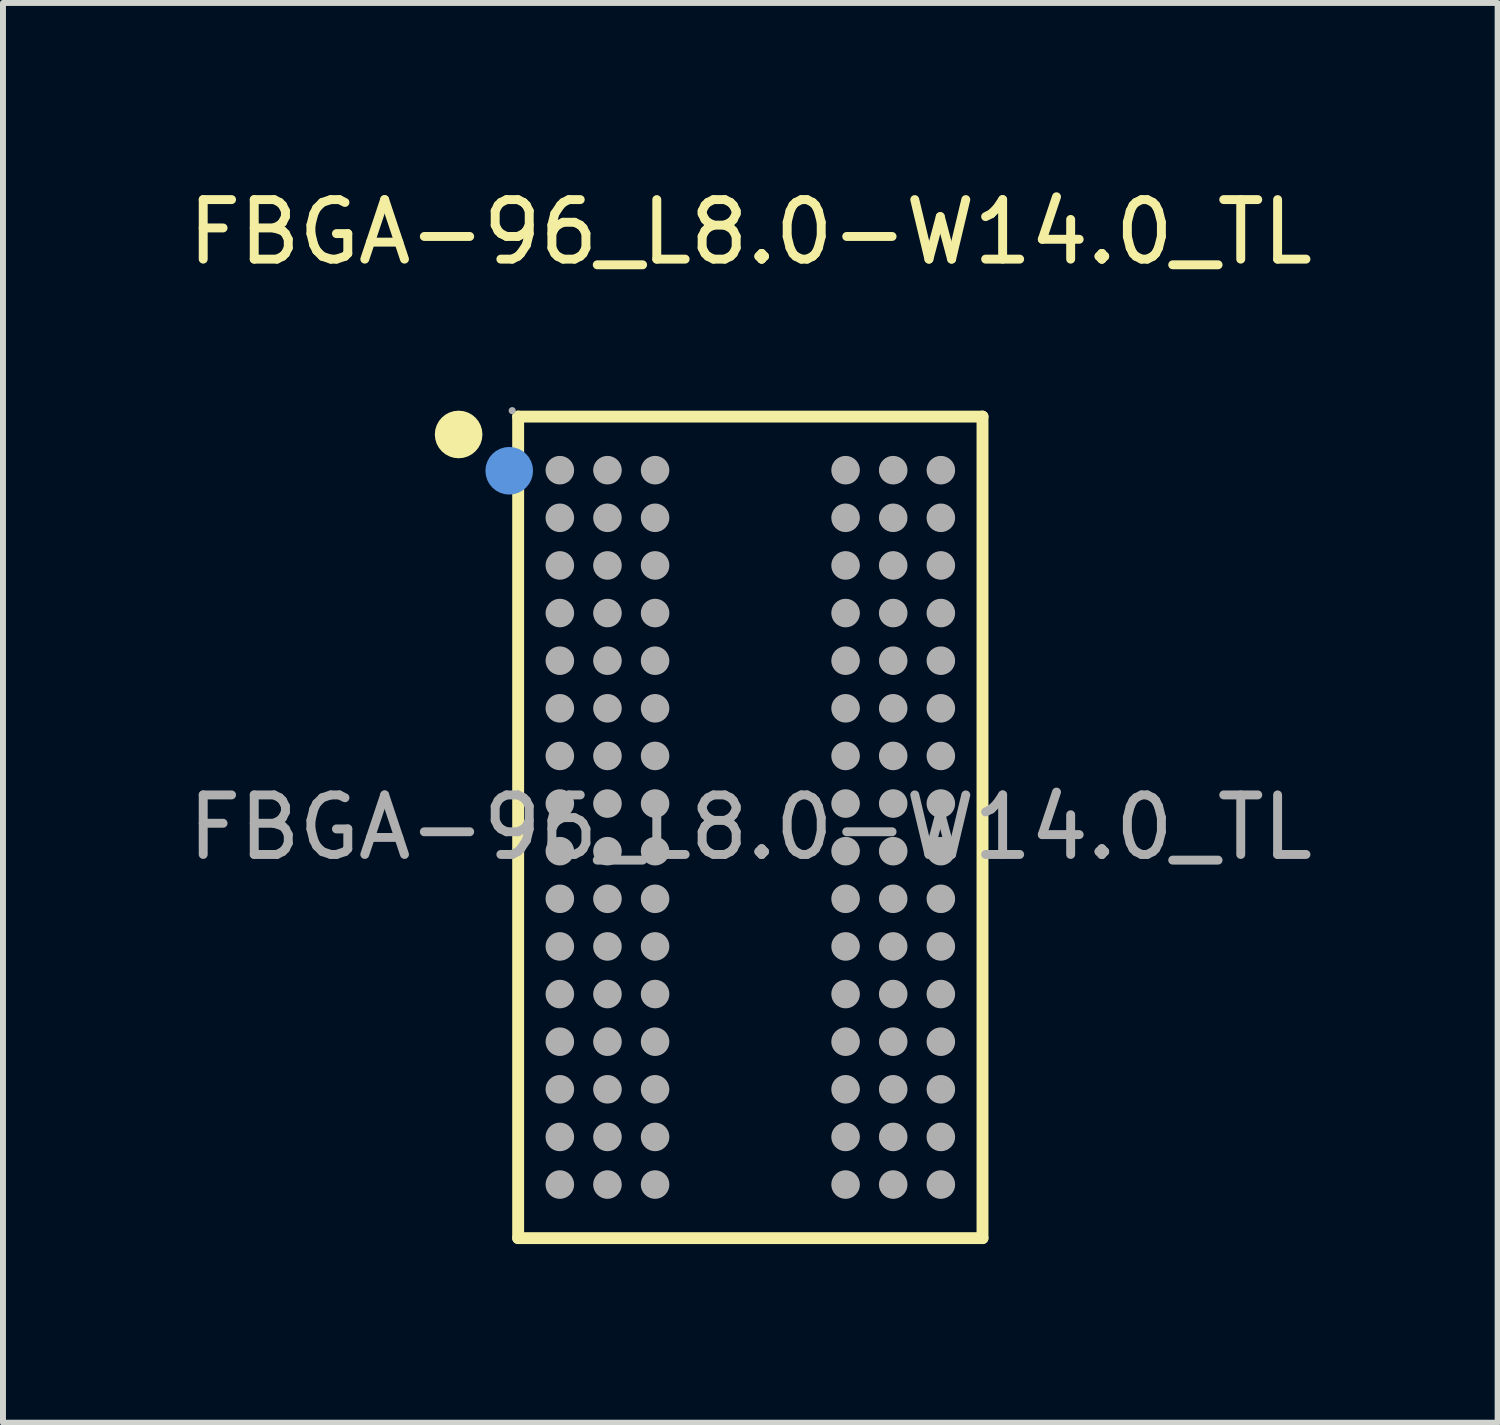
<source format=kicad_pcb>
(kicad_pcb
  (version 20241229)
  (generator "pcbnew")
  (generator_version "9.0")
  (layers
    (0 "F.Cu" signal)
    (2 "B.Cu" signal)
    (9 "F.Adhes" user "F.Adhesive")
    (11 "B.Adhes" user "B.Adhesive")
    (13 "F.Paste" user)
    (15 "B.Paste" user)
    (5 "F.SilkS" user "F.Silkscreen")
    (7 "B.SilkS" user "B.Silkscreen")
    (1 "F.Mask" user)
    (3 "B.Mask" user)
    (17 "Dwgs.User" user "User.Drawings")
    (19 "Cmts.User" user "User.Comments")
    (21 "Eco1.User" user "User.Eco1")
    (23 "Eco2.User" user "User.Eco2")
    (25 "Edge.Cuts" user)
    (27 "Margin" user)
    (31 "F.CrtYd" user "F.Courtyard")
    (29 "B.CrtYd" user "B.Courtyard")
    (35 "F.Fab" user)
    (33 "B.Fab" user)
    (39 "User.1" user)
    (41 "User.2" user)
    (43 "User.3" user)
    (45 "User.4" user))
  (footprint "FBGA-96_L8.0-W14.0_TL"
    (layer "F.Cu")
    (at 9.554 10.848)
    (property "Reference" "FBGA-96_L8.0-W14.0_TL" (at 0 -10 0) (layer "F.SilkS") (effects (font (size 1 1) (thickness 0.15))))
    (attr through_hole)
    (fp_line (start -3.9 -6.9) (end -3.9 6.9) (stroke (width 0.2) (type solid)) (layer "F.SilkS"))
    (fp_line (start -3.9 6.9) (end 3.9 6.9) (stroke (width 0.2) (type solid)) (layer "F.SilkS"))
    (fp_line (start 3.9 -6.9) (end -3.9 -6.9) (stroke (width 0.2) (type solid)) (layer "F.SilkS"))
    (fp_line (start 3.9 6.9) (end 3.9 -6.9) (stroke (width 0.2) (type solid)) (layer "F.SilkS"))
    (fp_arc (start -4.9 -6.6) (mid -4.9 -6.6) (end -4.9 -6.6) (stroke (width 0.4) (type solid)) (layer "F.SilkS"))
    (fp_circle (center -4.05 -5.99) (end -3.85 -5.99) (stroke (width 0.4) (type solid)) (fill no) (layer "Cmts.User"))
    (fp_circle (center -4 -7) (end -3.97 -7) (stroke (width 0.06) (type solid)) (fill no) (layer "F.Fab"))
    (fp_circle (center -3.2 -6) (end -3.08 -6) (stroke (width 0.24) (type solid)) (fill no) (layer "F.Fab"))
    (fp_circle (center -3.2 -5.2) (end -3.08 -5.2) (stroke (width 0.24) (type solid)) (fill no) (layer "F.Fab"))
    (fp_circle (center -3.2 -4.4) (end -3.08 -4.4) (stroke (width 0.24) (type solid)) (fill no) (layer "F.Fab"))
    (fp_circle (center -3.2 -3.6) (end -3.08 -3.6) (stroke (width 0.24) (type solid)) (fill no) (layer "F.Fab"))
    (fp_circle (center -3.2 -2.8) (end -3.08 -2.8) (stroke (width 0.24) (type solid)) (fill no) (layer "F.Fab"))
    (fp_circle (center -3.2 -2) (end -3.08 -2) (stroke (width 0.24) (type solid)) (fill no) (layer "F.Fab"))
    (fp_circle (center -3.2 -1.2) (end -3.08 -1.2) (stroke (width 0.24) (type solid)) (fill no) (layer "F.Fab"))
    (fp_circle (center -3.2 -0.4) (end -3.08 -0.4) (stroke (width 0.24) (type solid)) (fill no) (layer "F.Fab"))
    (fp_circle (center -3.2 0.4) (end -3.08 0.4) (stroke (width 0.24) (type solid)) (fill no) (layer "F.Fab"))
    (fp_circle (center -3.2 1.2) (end -3.08 1.2) (stroke (width 0.24) (type solid)) (fill no) (layer "F.Fab"))
    (fp_circle (center -3.2 2) (end -3.08 2) (stroke (width 0.24) (type solid)) (fill no) (layer "F.Fab"))
    (fp_circle (center -3.2 2.8) (end -3.08 2.8) (stroke (width 0.24) (type solid)) (fill no) (layer "F.Fab"))
    (fp_circle (center -3.2 3.6) (end -3.08 3.6) (stroke (width 0.24) (type solid)) (fill no) (layer "F.Fab"))
    (fp_circle (center -3.2 4.4) (end -3.08 4.4) (stroke (width 0.24) (type solid)) (fill no) (layer "F.Fab"))
    (fp_circle (center -3.2 5.2) (end -3.08 5.2) (stroke (width 0.24) (type solid)) (fill no) (layer "F.Fab"))
    (fp_circle (center -3.2 6) (end -3.08 6) (stroke (width 0.24) (type solid)) (fill no) (layer "F.Fab"))
    (fp_circle (center -2.4 -6) (end -2.28 -6) (stroke (width 0.24) (type solid)) (fill no) (layer "F.Fab"))
    (fp_circle (center -2.4 -5.2) (end -2.28 -5.2) (stroke (width 0.24) (type solid)) (fill no) (layer "F.Fab"))
    (fp_circle (center -2.4 -4.4) (end -2.28 -4.4) (stroke (width 0.24) (type solid)) (fill no) (layer "F.Fab"))
    (fp_circle (center -2.4 -3.6) (end -2.28 -3.6) (stroke (width 0.24) (type solid)) (fill no) (layer "F.Fab"))
    (fp_circle (center -2.4 -2.8) (end -2.28 -2.8) (stroke (width 0.24) (type solid)) (fill no) (layer "F.Fab"))
    (fp_circle (center -2.4 -2) (end -2.28 -2) (stroke (width 0.24) (type solid)) (fill no) (layer "F.Fab"))
    (fp_circle (center -2.4 -1.2) (end -2.28 -1.2) (stroke (width 0.24) (type solid)) (fill no) (layer "F.Fab"))
    (fp_circle (center -2.4 -0.4) (end -2.28 -0.4) (stroke (width 0.24) (type solid)) (fill no) (layer "F.Fab"))
    (fp_circle (center -2.4 0.4) (end -2.28 0.4) (stroke (width 0.24) (type solid)) (fill no) (layer "F.Fab"))
    (fp_circle (center -2.4 1.2) (end -2.28 1.2) (stroke (width 0.24) (type solid)) (fill no) (layer "F.Fab"))
    (fp_circle (center -2.4 2) (end -2.28 2) (stroke (width 0.24) (type solid)) (fill no) (layer "F.Fab"))
    (fp_circle (center -2.4 2.8) (end -2.28 2.8) (stroke (width 0.24) (type solid)) (fill no) (layer "F.Fab"))
    (fp_circle (center -2.4 3.6) (end -2.28 3.6) (stroke (width 0.24) (type solid)) (fill no) (layer "F.Fab"))
    (fp_circle (center -2.4 4.4) (end -2.28 4.4) (stroke (width 0.24) (type solid)) (fill no) (layer "F.Fab"))
    (fp_circle (center -2.4 5.2) (end -2.28 5.2) (stroke (width 0.24) (type solid)) (fill no) (layer "F.Fab"))
    (fp_circle (center -2.4 6) (end -2.28 6) (stroke (width 0.24) (type solid)) (fill no) (layer "F.Fab"))
    (fp_circle (center -1.6 -6) (end -1.48 -6) (stroke (width 0.24) (type solid)) (fill no) (layer "F.Fab"))
    (fp_circle (center -1.6 -5.2) (end -1.48 -5.2) (stroke (width 0.24) (type solid)) (fill no) (layer "F.Fab"))
    (fp_circle (center -1.6 -4.4) (end -1.48 -4.4) (stroke (width 0.24) (type solid)) (fill no) (layer "F.Fab"))
    (fp_circle (center -1.6 -3.6) (end -1.48 -3.6) (stroke (width 0.24) (type solid)) (fill no) (layer "F.Fab"))
    (fp_circle (center -1.6 -2.8) (end -1.48 -2.8) (stroke (width 0.24) (type solid)) (fill no) (layer "F.Fab"))
    (fp_circle (center -1.6 -2) (end -1.48 -2) (stroke (width 0.24) (type solid)) (fill no) (layer "F.Fab"))
    (fp_circle (center -1.6 -1.2) (end -1.48 -1.2) (stroke (width 0.24) (type solid)) (fill no) (layer "F.Fab"))
    (fp_circle (center -1.6 -0.4) (end -1.48 -0.4) (stroke (width 0.24) (type solid)) (fill no) (layer "F.Fab"))
    (fp_circle (center -1.6 0.4) (end -1.48 0.4) (stroke (width 0.24) (type solid)) (fill no) (layer "F.Fab"))
    (fp_circle (center -1.6 1.2) (end -1.48 1.2) (stroke (width 0.24) (type solid)) (fill no) (layer "F.Fab"))
    (fp_circle (center -1.6 2) (end -1.48 2) (stroke (width 0.24) (type solid)) (fill no) (layer "F.Fab"))
    (fp_circle (center -1.6 2.8) (end -1.48 2.8) (stroke (width 0.24) (type solid)) (fill no) (layer "F.Fab"))
    (fp_circle (center -1.6 3.6) (end -1.48 3.6) (stroke (width 0.24) (type solid)) (fill no) (layer "F.Fab"))
    (fp_circle (center -1.6 4.4) (end -1.48 4.4) (stroke (width 0.24) (type solid)) (fill no) (layer "F.Fab"))
    (fp_circle (center -1.6 5.2) (end -1.48 5.2) (stroke (width 0.24) (type solid)) (fill no) (layer "F.Fab"))
    (fp_circle (center -1.6 6) (end -1.48 6) (stroke (width 0.24) (type solid)) (fill no) (layer "F.Fab"))
    (fp_circle (center 1.6 -6) (end 1.72 -6) (stroke (width 0.24) (type solid)) (fill no) (layer "F.Fab"))
    (fp_circle (center 1.6 -5.2) (end 1.72 -5.2) (stroke (width 0.24) (type solid)) (fill no) (layer "F.Fab"))
    (fp_circle (center 1.6 -4.4) (end 1.72 -4.4) (stroke (width 0.24) (type solid)) (fill no) (layer "F.Fab"))
    (fp_circle (center 1.6 -3.6) (end 1.72 -3.6) (stroke (width 0.24) (type solid)) (fill no) (layer "F.Fab"))
    (fp_circle (center 1.6 -2.8) (end 1.72 -2.8) (stroke (width 0.24) (type solid)) (fill no) (layer "F.Fab"))
    (fp_circle (center 1.6 -2) (end 1.72 -2) (stroke (width 0.24) (type solid)) (fill no) (layer "F.Fab"))
    (fp_circle (center 1.6 -1.2) (end 1.72 -1.2) (stroke (width 0.24) (type solid)) (fill no) (layer "F.Fab"))
    (fp_circle (center 1.6 -0.4) (end 1.72 -0.4) (stroke (width 0.24) (type solid)) (fill no) (layer "F.Fab"))
    (fp_circle (center 1.6 0.4) (end 1.72 0.4) (stroke (width 0.24) (type solid)) (fill no) (layer "F.Fab"))
    (fp_circle (center 1.6 1.2) (end 1.72 1.2) (stroke (width 0.24) (type solid)) (fill no) (layer "F.Fab"))
    (fp_circle (center 1.6 2) (end 1.72 2) (stroke (width 0.24) (type solid)) (fill no) (layer "F.Fab"))
    (fp_circle (center 1.6 2.8) (end 1.72 2.8) (stroke (width 0.24) (type solid)) (fill no) (layer "F.Fab"))
    (fp_circle (center 1.6 3.6) (end 1.72 3.6) (stroke (width 0.24) (type solid)) (fill no) (layer "F.Fab"))
    (fp_circle (center 1.6 4.4) (end 1.72 4.4) (stroke (width 0.24) (type solid)) (fill no) (layer "F.Fab"))
    (fp_circle (center 1.6 5.2) (end 1.72 5.2) (stroke (width 0.24) (type solid)) (fill no) (layer "F.Fab"))
    (fp_circle (center 1.6 6) (end 1.72 6) (stroke (width 0.24) (type solid)) (fill no) (layer "F.Fab"))
    (fp_circle (center 2.4 -6) (end 2.52 -6) (stroke (width 0.24) (type solid)) (fill no) (layer "F.Fab"))
    (fp_circle (center 2.4 -5.2) (end 2.52 -5.2) (stroke (width 0.24) (type solid)) (fill no) (layer "F.Fab"))
    (fp_circle (center 2.4 -4.4) (end 2.52 -4.4) (stroke (width 0.24) (type solid)) (fill no) (layer "F.Fab"))
    (fp_circle (center 2.4 -3.6) (end 2.52 -3.6) (stroke (width 0.24) (type solid)) (fill no) (layer "F.Fab"))
    (fp_circle (center 2.4 -2.8) (end 2.52 -2.8) (stroke (width 0.24) (type solid)) (fill no) (layer "F.Fab"))
    (fp_circle (center 2.4 -2) (end 2.52 -2) (stroke (width 0.24) (type solid)) (fill no) (layer "F.Fab"))
    (fp_circle (center 2.4 -1.2) (end 2.52 -1.2) (stroke (width 0.24) (type solid)) (fill no) (layer "F.Fab"))
    (fp_circle (center 2.4 -0.4) (end 2.52 -0.4) (stroke (width 0.24) (type solid)) (fill no) (layer "F.Fab"))
    (fp_circle (center 2.4 0.4) (end 2.52 0.4) (stroke (width 0.24) (type solid)) (fill no) (layer "F.Fab"))
    (fp_circle (center 2.4 1.2) (end 2.52 1.2) (stroke (width 0.24) (type solid)) (fill no) (layer "F.Fab"))
    (fp_circle (center 2.4 2) (end 2.52 2) (stroke (width 0.24) (type solid)) (fill no) (layer "F.Fab"))
    (fp_circle (center 2.4 2.8) (end 2.52 2.8) (stroke (width 0.24) (type solid)) (fill no) (layer "F.Fab"))
    (fp_circle (center 2.4 3.6) (end 2.52 3.6) (stroke (width 0.24) (type solid)) (fill no) (layer "F.Fab"))
    (fp_circle (center 2.4 4.4) (end 2.52 4.4) (stroke (width 0.24) (type solid)) (fill no) (layer "F.Fab"))
    (fp_circle (center 2.4 5.2) (end 2.52 5.2) (stroke (width 0.24) (type solid)) (fill no) (layer "F.Fab"))
    (fp_circle (center 2.4 6) (end 2.52 6) (stroke (width 0.24) (type solid)) (fill no) (layer "F.Fab"))
    (fp_circle (center 3.2 -6) (end 3.32 -6) (stroke (width 0.24) (type solid)) (fill no) (layer "F.Fab"))
    (fp_circle (center 3.2 -5.2) (end 3.32 -5.2) (stroke (width 0.24) (type solid)) (fill no) (layer "F.Fab"))
    (fp_circle (center 3.2 -4.4) (end 3.32 -4.4) (stroke (width 0.24) (type solid)) (fill no) (layer "F.Fab"))
    (fp_circle (center 3.2 -3.6) (end 3.32 -3.6) (stroke (width 0.24) (type solid)) (fill no) (layer "F.Fab"))
    (fp_circle (center 3.2 -2.8) (end 3.32 -2.8) (stroke (width 0.24) (type solid)) (fill no) (layer "F.Fab"))
    (fp_circle (center 3.2 -2) (end 3.32 -2) (stroke (width 0.24) (type solid)) (fill no) (layer "F.Fab"))
    (fp_circle (center 3.2 -1.2) (end 3.32 -1.2) (stroke (width 0.24) (type solid)) (fill no) (layer "F.Fab"))
    (fp_circle (center 3.2 -0.4) (end 3.32 -0.4) (stroke (width 0.24) (type solid)) (fill no) (layer "F.Fab"))
    (fp_circle (center 3.2 0.4) (end 3.32 0.4) (stroke (width 0.24) (type solid)) (fill no) (layer "F.Fab"))
    (fp_circle (center 3.2 1.2) (end 3.32 1.2) (stroke (width 0.24) (type solid)) (fill no) (layer "F.Fab"))
    (fp_circle (center 3.2 2) (end 3.32 2) (stroke (width 0.24) (type solid)) (fill no) (layer "F.Fab"))
    (fp_circle (center 3.2 2.8) (end 3.32 2.8) (stroke (width 0.24) (type solid)) (fill no) (layer "F.Fab"))
    (fp_circle (center 3.2 3.6) (end 3.32 3.6) (stroke (width 0.24) (type solid)) (fill no) (layer "F.Fab"))
    (fp_circle (center 3.2 4.4) (end 3.32 4.4) (stroke (width 0.24) (type solid)) (fill no) (layer "F.Fab"))
    (fp_circle (center 3.2 5.2) (end 3.32 5.2) (stroke (width 0.24) (type solid)) (fill no) (layer "F.Fab"))
    (fp_circle (center 3.2 6) (end 3.32 6) (stroke (width 0.24) (type solid)) (fill no) (layer "F.Fab"))
    (fp_text user "${REFERENCE}" (at 0 0 0) (layer "F.Fab") (effects (font (size 1 1) (thickness 0.15))))
    (pad "A1" smd circle (at -3.2 -6) (size 0.46 0.46) (layers "F.Cu" "F.Mask" "F.Paste"))
    (pad "A2" smd circle (at -2.4 -6) (size 0.46 0.46) (layers "F.Cu" "F.Mask" "F.Paste"))
    (pad "A3" smd circle (at -1.6 -6) (size 0.46 0.46) (layers "F.Cu" "F.Mask" "F.Paste"))
    (pad "A7" smd circle (at 1.6 -6) (size 0.46 0.46) (layers "F.Cu" "F.Mask" "F.Paste"))
    (pad "A8" smd circle (at 2.4 -6) (size 0.46 0.46) (layers "F.Cu" "F.Mask" "F.Paste"))
    (pad "A9" smd circle (at 3.2 -6) (size 0.46 0.46) (layers "F.Cu" "F.Mask" "F.Paste"))
    (pad "B1" smd circle (at -3.2 -5.2) (size 0.46 0.46) (layers "F.Cu" "F.Mask" "F.Paste"))
    (pad "B2" smd circle (at -2.4 -5.2) (size 0.46 0.46) (layers "F.Cu" "F.Mask" "F.Paste"))
    (pad "B3" smd circle (at -1.6 -5.2) (size 0.46 0.46) (layers "F.Cu" "F.Mask" "F.Paste"))
    (pad "B7" smd circle (at 1.6 -5.2) (size 0.46 0.46) (layers "F.Cu" "F.Mask" "F.Paste"))
    (pad "B8" smd circle (at 2.4 -5.2) (size 0.46 0.46) (layers "F.Cu" "F.Mask" "F.Paste"))
    (pad "B9" smd circle (at 3.2 -5.2) (size 0.46 0.46) (layers "F.Cu" "F.Mask" "F.Paste"))
    (pad "C1" smd circle (at -3.2 -4.4) (size 0.46 0.46) (layers "F.Cu" "F.Mask" "F.Paste"))
    (pad "C2" smd circle (at -2.4 -4.4) (size 0.46 0.46) (layers "F.Cu" "F.Mask" "F.Paste"))
    (pad "C3" smd circle (at -1.6 -4.4) (size 0.46 0.46) (layers "F.Cu" "F.Mask" "F.Paste"))
    (pad "C7" smd circle (at 1.6 -4.4) (size 0.46 0.46) (layers "F.Cu" "F.Mask" "F.Paste"))
    (pad "C8" smd circle (at 2.4 -4.4) (size 0.46 0.46) (layers "F.Cu" "F.Mask" "F.Paste"))
    (pad "C9" smd circle (at 3.2 -4.4) (size 0.46 0.46) (layers "F.Cu" "F.Mask" "F.Paste"))
    (pad "D1" smd circle (at -3.2 -3.6) (size 0.46 0.46) (layers "F.Cu" "F.Mask" "F.Paste"))
    (pad "D2" smd circle (at -2.4 -3.6) (size 0.46 0.46) (layers "F.Cu" "F.Mask" "F.Paste"))
    (pad "D3" smd circle (at -1.6 -3.6) (size 0.46 0.46) (layers "F.Cu" "F.Mask" "F.Paste"))
    (pad "D7" smd circle (at 1.6 -3.6) (size 0.46 0.46) (layers "F.Cu" "F.Mask" "F.Paste"))
    (pad "D8" smd circle (at 2.4 -3.6) (size 0.46 0.46) (layers "F.Cu" "F.Mask" "F.Paste"))
    (pad "D9" smd circle (at 3.2 -3.6) (size 0.46 0.46) (layers "F.Cu" "F.Mask" "F.Paste"))
    (pad "E1" smd circle (at -3.2 -2.8) (size 0.46 0.46) (layers "F.Cu" "F.Mask" "F.Paste"))
    (pad "E2" smd circle (at -2.4 -2.8) (size 0.46 0.46) (layers "F.Cu" "F.Mask" "F.Paste"))
    (pad "E3" smd circle (at -1.6 -2.8) (size 0.46 0.46) (layers "F.Cu" "F.Mask" "F.Paste"))
    (pad "E7" smd circle (at 1.6 -2.8) (size 0.46 0.46) (layers "F.Cu" "F.Mask" "F.Paste"))
    (pad "E8" smd circle (at 2.4 -2.8) (size 0.46 0.46) (layers "F.Cu" "F.Mask" "F.Paste"))
    (pad "E9" smd circle (at 3.2 -2.8) (size 0.46 0.46) (layers "F.Cu" "F.Mask" "F.Paste"))
    (pad "F1" smd circle (at -3.2 -2) (size 0.46 0.46) (layers "F.Cu" "F.Mask" "F.Paste"))
    (pad "F2" smd circle (at -2.4 -2) (size 0.46 0.46) (layers "F.Cu" "F.Mask" "F.Paste"))
    (pad "F3" smd circle (at -1.6 -2) (size 0.46 0.46) (layers "F.Cu" "F.Mask" "F.Paste"))
    (pad "F7" smd circle (at 1.6 -2) (size 0.46 0.46) (layers "F.Cu" "F.Mask" "F.Paste"))
    (pad "F8" smd circle (at 2.4 -2) (size 0.46 0.46) (layers "F.Cu" "F.Mask" "F.Paste"))
    (pad "F9" smd circle (at 3.2 -2) (size 0.46 0.46) (layers "F.Cu" "F.Mask" "F.Paste"))
    (pad "G1" smd circle (at -3.2 -1.2) (size 0.46 0.46) (layers "F.Cu" "F.Mask" "F.Paste"))
    (pad "G2" smd circle (at -2.4 -1.2) (size 0.46 0.46) (layers "F.Cu" "F.Mask" "F.Paste"))
    (pad "G3" smd circle (at -1.6 -1.2) (size 0.46 0.46) (layers "F.Cu" "F.Mask" "F.Paste"))
    (pad "G7" smd circle (at 1.6 -1.2) (size 0.46 0.46) (layers "F.Cu" "F.Mask" "F.Paste"))
    (pad "G8" smd circle (at 2.4 -1.2) (size 0.46 0.46) (layers "F.Cu" "F.Mask" "F.Paste"))
    (pad "G9" smd circle (at 3.2 -1.2) (size 0.46 0.46) (layers "F.Cu" "F.Mask" "F.Paste"))
    (pad "H1" smd circle (at -3.2 -0.4) (size 0.46 0.46) (layers "F.Cu" "F.Mask" "F.Paste"))
    (pad "H2" smd circle (at -2.4 -0.4) (size 0.46 0.46) (layers "F.Cu" "F.Mask" "F.Paste"))
    (pad "H3" smd circle (at -1.6 -0.4) (size 0.46 0.46) (layers "F.Cu" "F.Mask" "F.Paste"))
    (pad "H7" smd circle (at 1.6 -0.4) (size 0.46 0.46) (layers "F.Cu" "F.Mask" "F.Paste"))
    (pad "H8" smd circle (at 2.4 -0.4) (size 0.46 0.46) (layers "F.Cu" "F.Mask" "F.Paste"))
    (pad "H9" smd circle (at 3.2 -0.4) (size 0.46 0.46) (layers "F.Cu" "F.Mask" "F.Paste"))
    (pad "J1" smd circle (at -3.2 0.4) (size 0.46 0.46) (layers "F.Cu" "F.Mask" "F.Paste"))
    (pad "J2" smd circle (at -2.4 0.4) (size 0.46 0.46) (layers "F.Cu" "F.Mask" "F.Paste"))
    (pad "J3" smd circle (at -1.6 0.4) (size 0.46 0.46) (layers "F.Cu" "F.Mask" "F.Paste"))
    (pad "J7" smd circle (at 1.6 0.4) (size 0.46 0.46) (layers "F.Cu" "F.Mask" "F.Paste"))
    (pad "J8" smd circle (at 2.4 0.4) (size 0.46 0.46) (layers "F.Cu" "F.Mask" "F.Paste"))
    (pad "J9" smd circle (at 3.2 0.4) (size 0.46 0.46) (layers "F.Cu" "F.Mask" "F.Paste"))
    (pad "K1" smd circle (at -3.2 1.2) (size 0.46 0.46) (layers "F.Cu" "F.Mask" "F.Paste"))
    (pad "K2" smd circle (at -2.4 1.2) (size 0.46 0.46) (layers "F.Cu" "F.Mask" "F.Paste"))
    (pad "K3" smd circle (at -1.6 1.2) (size 0.46 0.46) (layers "F.Cu" "F.Mask" "F.Paste"))
    (pad "K7" smd circle (at 1.6 1.2) (size 0.46 0.46) (layers "F.Cu" "F.Mask" "F.Paste"))
    (pad "K8" smd circle (at 2.4 1.2) (size 0.46 0.46) (layers "F.Cu" "F.Mask" "F.Paste"))
    (pad "K9" smd circle (at 3.2 1.2) (size 0.46 0.46) (layers "F.Cu" "F.Mask" "F.Paste"))
    (pad "L1" smd circle (at -3.2 2) (size 0.46 0.46) (layers "F.Cu" "F.Mask" "F.Paste"))
    (pad "L2" smd circle (at -2.4 2) (size 0.46 0.46) (layers "F.Cu" "F.Mask" "F.Paste"))
    (pad "L3" smd circle (at -1.6 2) (size 0.46 0.46) (layers "F.Cu" "F.Mask" "F.Paste"))
    (pad "L7" smd circle (at 1.6 2) (size 0.46 0.46) (layers "F.Cu" "F.Mask" "F.Paste"))
    (pad "L8" smd circle (at 2.4 2) (size 0.46 0.46) (layers "F.Cu" "F.Mask" "F.Paste"))
    (pad "L9" smd circle (at 3.2 2) (size 0.46 0.46) (layers "F.Cu" "F.Mask" "F.Paste"))
    (pad "M1" smd circle (at -3.2 2.8) (size 0.46 0.46) (layers "F.Cu" "F.Mask" "F.Paste"))
    (pad "M2" smd circle (at -2.4 2.8) (size 0.46 0.46) (layers "F.Cu" "F.Mask" "F.Paste"))
    (pad "M3" smd circle (at -1.6 2.8) (size 0.46 0.46) (layers "F.Cu" "F.Mask" "F.Paste"))
    (pad "M7" smd circle (at 1.6 2.8) (size 0.46 0.46) (layers "F.Cu" "F.Mask" "F.Paste"))
    (pad "M8" smd circle (at 2.4 2.8) (size 0.46 0.46) (layers "F.Cu" "F.Mask" "F.Paste"))
    (pad "M9" smd circle (at 3.2 2.8) (size 0.46 0.46) (layers "F.Cu" "F.Mask" "F.Paste"))
    (pad "N1" smd circle (at -3.2 3.6) (size 0.46 0.46) (layers "F.Cu" "F.Mask" "F.Paste"))
    (pad "N2" smd circle (at -2.4 3.6) (size 0.46 0.46) (layers "F.Cu" "F.Mask" "F.Paste"))
    (pad "N3" smd circle (at -1.6 3.6) (size 0.46 0.46) (layers "F.Cu" "F.Mask" "F.Paste"))
    (pad "N7" smd circle (at 1.6 3.6) (size 0.46 0.46) (layers "F.Cu" "F.Mask" "F.Paste"))
    (pad "N8" smd circle (at 2.4 3.6) (size 0.46 0.46) (layers "F.Cu" "F.Mask" "F.Paste"))
    (pad "N9" smd circle (at 3.2 3.6) (size 0.46 0.46) (layers "F.Cu" "F.Mask" "F.Paste"))
    (pad "P1" smd circle (at -3.2 4.4) (size 0.46 0.46) (layers "F.Cu" "F.Mask" "F.Paste"))
    (pad "P2" smd circle (at -2.4 4.4) (size 0.46 0.46) (layers "F.Cu" "F.Mask" "F.Paste"))
    (pad "P3" smd circle (at -1.6 4.4) (size 0.46 0.46) (layers "F.Cu" "F.Mask" "F.Paste"))
    (pad "P7" smd circle (at 1.6 4.4) (size 0.46 0.46) (layers "F.Cu" "F.Mask" "F.Paste"))
    (pad "P8" smd circle (at 2.4 4.4) (size 0.46 0.46) (layers "F.Cu" "F.Mask" "F.Paste"))
    (pad "P9" smd circle (at 3.2 4.4) (size 0.46 0.46) (layers "F.Cu" "F.Mask" "F.Paste"))
    (pad "R1" smd circle (at -3.2 5.2) (size 0.46 0.46) (layers "F.Cu" "F.Mask" "F.Paste"))
    (pad "R2" smd circle (at -2.4 5.2) (size 0.46 0.46) (layers "F.Cu" "F.Mask" "F.Paste"))
    (pad "R3" smd circle (at -1.6 5.2) (size 0.46 0.46) (layers "F.Cu" "F.Mask" "F.Paste"))
    (pad "R7" smd circle (at 1.6 5.2) (size 0.46 0.46) (layers "F.Cu" "F.Mask" "F.Paste"))
    (pad "R8" smd circle (at 2.4 5.2) (size 0.46 0.46) (layers "F.Cu" "F.Mask" "F.Paste"))
    (pad "R9" smd circle (at 3.2 5.2) (size 0.46 0.46) (layers "F.Cu" "F.Mask" "F.Paste"))
    (pad "T1" smd circle (at -3.2 6) (size 0.46 0.46) (layers "F.Cu" "F.Mask" "F.Paste"))
    (pad "T2" smd circle (at -2.4 6) (size 0.46 0.46) (layers "F.Cu" "F.Mask" "F.Paste"))
    (pad "T3" smd circle (at -1.6 6) (size 0.46 0.46) (layers "F.Cu" "F.Mask" "F.Paste"))
    (pad "T7" smd circle (at 1.6 6) (size 0.46 0.46) (layers "F.Cu" "F.Mask" "F.Paste"))
    (pad "T8" smd circle (at 2.4 6) (size 0.46 0.46) (layers "F.Cu" "F.Mask" "F.Paste"))
    (pad "T9" smd circle (at 3.2 6) (size 0.46 0.46) (layers "F.Cu" "F.Mask" "F.Paste")))
  (gr_rect
    (start -3 -3)
    (end 22.107 20.848)
    (stroke (width 0.1) (type default))
    (fill no)
    (layer "Edge.Cuts")))
</source>
